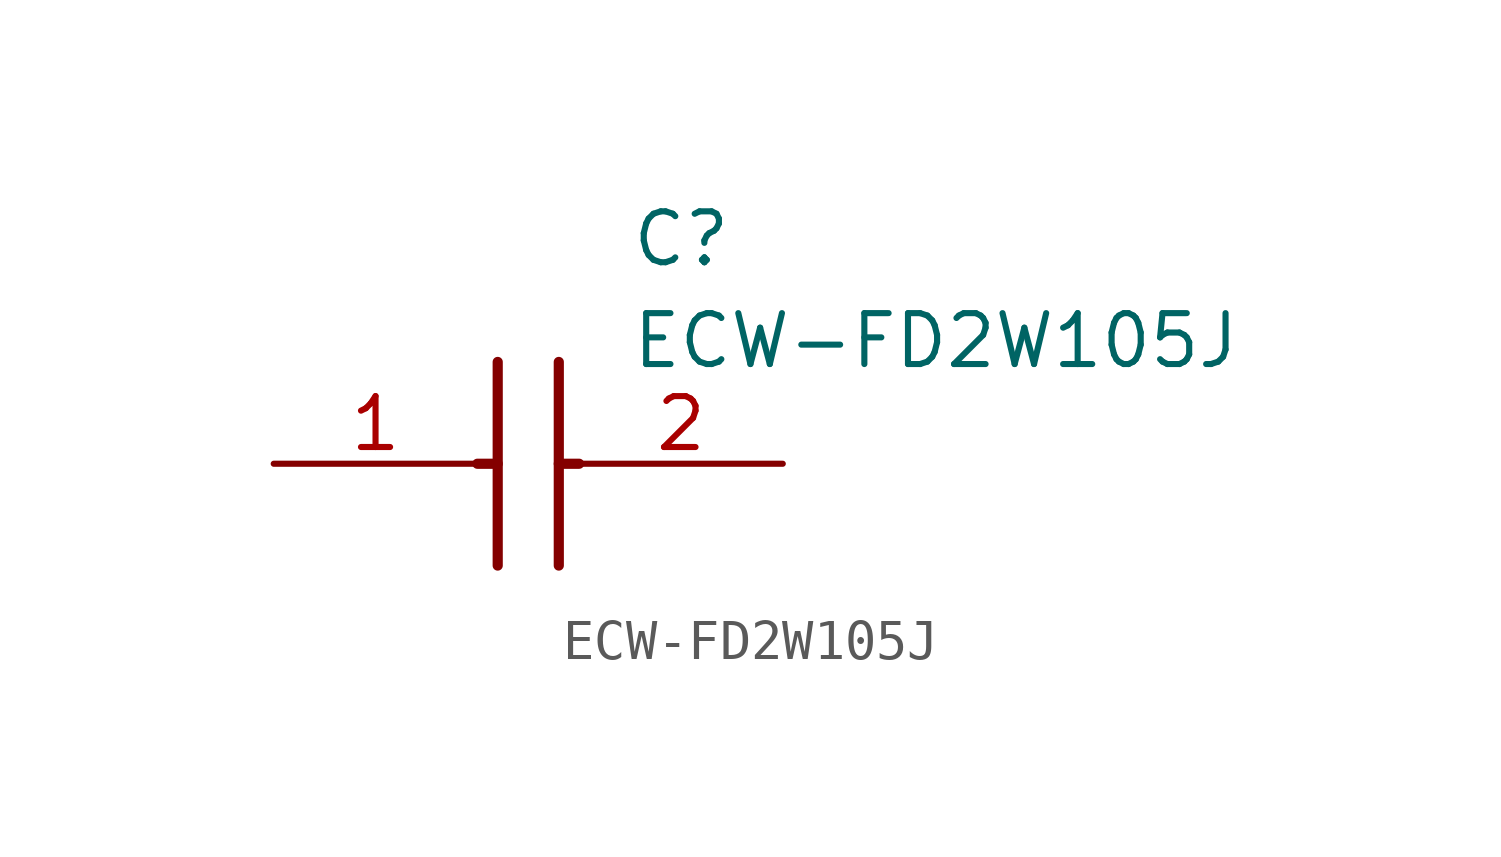
<source format=kicad_sym>
(kicad_symbol_lib
  (version 20211014)
  (generator SamacSys_ECAD_Model)
  (symbol "ECW-FD2W105J"
    (pin_names hide)
    (property "Reference" "C"
      (at 8.89 6.35 0)
      (effects (font (size 1.27 1.27)) (justify left top)))
    (property "Value" "ECW-FD2W105J"
      (at 8.89 3.81 0)
      (effects (font (size 1.27 1.27)) (justify left top)))
    (polyline
      (pts (xy 5.588 2.54) (xy 5.588 -2.54))
      (stroke (width 0.254) (type default))
      (fill (type none)))
    (polyline
      (pts (xy 7.112 2.54) (xy 7.112 -2.54))
      (stroke (width 0.254) (type default))
      (fill (type none)))
    (polyline
      (pts (xy 5.08 0) (xy 5.588 0))
      (stroke (width 0.254) (type default))
      (fill (type none)))
    (polyline
      (pts (xy 7.112 0) (xy 7.62 0))
      (stroke (width 0.254) (type default))
      (fill (type none)))
    (pin passive line
      (at 0 0 0)
      (length 5.08)
      (name "1" (effects (font (size 1.27 1.27))))
      (number "1" (effects (font (size 1.27 1.27)))))
    (pin passive line
      (at 12.7 0 180)
      (length 5.08)
      (name "2" (effects (font (size 1.27 1.27))))
      (number "2" (effects (font (size 1.27 1.27)))))))
</source>
